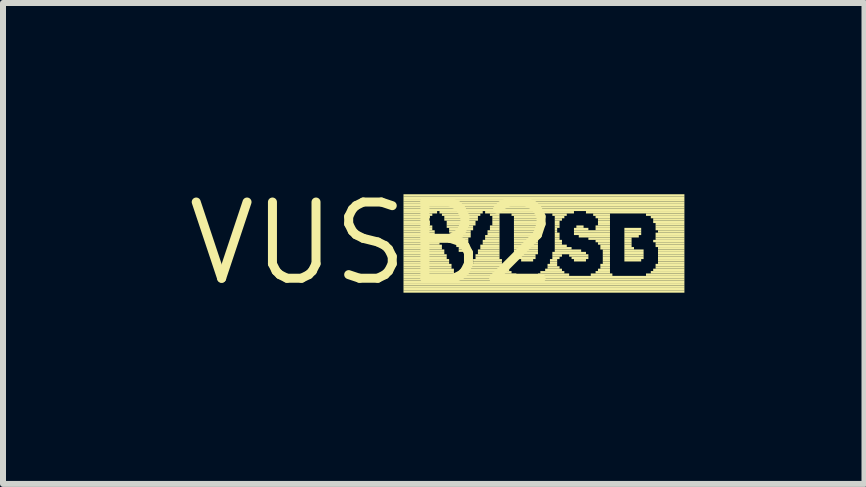
<source format=kicad_pcb>
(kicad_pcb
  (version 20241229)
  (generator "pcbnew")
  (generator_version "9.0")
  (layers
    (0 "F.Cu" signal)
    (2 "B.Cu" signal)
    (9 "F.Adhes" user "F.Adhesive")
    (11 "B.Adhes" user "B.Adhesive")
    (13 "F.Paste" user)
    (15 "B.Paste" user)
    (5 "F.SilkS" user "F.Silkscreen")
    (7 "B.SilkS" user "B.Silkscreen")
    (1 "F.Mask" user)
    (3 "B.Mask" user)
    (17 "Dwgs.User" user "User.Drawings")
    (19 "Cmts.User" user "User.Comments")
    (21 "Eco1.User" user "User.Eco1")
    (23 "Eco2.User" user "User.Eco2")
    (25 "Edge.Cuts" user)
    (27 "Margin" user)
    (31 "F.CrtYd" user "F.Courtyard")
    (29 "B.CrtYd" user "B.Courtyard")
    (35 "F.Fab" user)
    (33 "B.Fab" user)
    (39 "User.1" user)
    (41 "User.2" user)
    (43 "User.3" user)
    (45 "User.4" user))
  (footprint "VUSB2"
    (layer "F.Cu")
    (at 3.152 1.006)
    (property "Reference" "VUSB2" (at 0 0 0) (layer "F.SilkS") (effects (font (size 1.27 1.27) (thickness 0.15))))
    (fp_poly (pts (xy 0.52 -0.78) (xy 5.2 -0.78) (xy 5.2 -0.82) (xy 0.52 -0.82)) (stroke (width 0) (type default)) (fill yes) (layer "F.SilkS"))
    (fp_poly (pts (xy 0.52 -0.74) (xy 5.2 -0.74) (xy 5.2 -0.78) (xy 0.52 -0.78)) (stroke (width 0) (type default)) (fill yes) (layer "F.SilkS"))
    (fp_poly (pts (xy 0.52 -0.7) (xy 5.2 -0.7) (xy 5.2 -0.74) (xy 0.52 -0.74)) (stroke (width 0) (type default)) (fill yes) (layer "F.SilkS"))
    (fp_poly (pts (xy 0.52 -0.66) (xy 5.2 -0.66) (xy 5.2 -0.7) (xy 0.52 -0.7)) (stroke (width 0) (type default)) (fill yes) (layer "F.SilkS"))
    (fp_poly (pts (xy 0.52 -0.62) (xy 5.2 -0.62) (xy 5.2 -0.66) (xy 0.52 -0.66)) (stroke (width 0) (type default)) (fill yes) (layer "F.SilkS"))
    (fp_poly (pts (xy 0.52 -0.58) (xy 5.2 -0.58) (xy 5.2 -0.62) (xy 0.52 -0.62)) (stroke (width 0) (type default)) (fill yes) (layer "F.SilkS"))
    (fp_poly (pts (xy 0.52 -0.54) (xy 5.2 -0.54) (xy 5.2 -0.58) (xy 0.52 -0.58)) (stroke (width 0) (type default)) (fill yes) (layer "F.SilkS"))
    (fp_poly (pts (xy 0.52 -0.5) (xy 1.08 -0.5) (xy 1.08 -0.54) (xy 0.52 -0.54)) (stroke (width 0) (type default)) (fill yes) (layer "F.SilkS"))
    (fp_poly (pts (xy 0.52 -0.46) (xy 1 -0.46) (xy 1 -0.5) (xy 0.52 -0.5)) (stroke (width 0) (type default)) (fill yes) (layer "F.SilkS"))
    (fp_poly (pts (xy 0.52 -0.42) (xy 0.96 -0.42) (xy 0.96 -0.46) (xy 0.52 -0.46)) (stroke (width 0) (type default)) (fill yes) (layer "F.SilkS"))
    (fp_poly (pts (xy 0.52 -0.38) (xy 0.92 -0.38) (xy 0.92 -0.42) (xy 0.52 -0.42)) (stroke (width 0) (type default)) (fill yes) (layer "F.SilkS"))
    (fp_poly (pts (xy 0.52 -0.34) (xy 0.96 -0.34) (xy 0.96 -0.38) (xy 0.52 -0.38)) (stroke (width 0) (type default)) (fill yes) (layer "F.SilkS"))
    (fp_poly (pts (xy 0.52 -0.3) (xy 0.96 -0.3) (xy 0.96 -0.34) (xy 0.52 -0.34)) (stroke (width 0) (type default)) (fill yes) (layer "F.SilkS"))
    (fp_poly (pts (xy 0.52 -0.26) (xy 1 -0.26) (xy 1 -0.3) (xy 0.52 -0.3)) (stroke (width 0) (type default)) (fill yes) (layer "F.SilkS"))
    (fp_poly (pts (xy 0.52 -0.22) (xy 1 -0.22) (xy 1 -0.26) (xy 0.52 -0.26)) (stroke (width 0) (type default)) (fill yes) (layer "F.SilkS"))
    (fp_poly (pts (xy 0.52 -0.18) (xy 1.04 -0.18) (xy 1.04 -0.22) (xy 0.52 -0.22)) (stroke (width 0) (type default)) (fill yes) (layer "F.SilkS"))
    (fp_poly (pts (xy 0.52 -0.14) (xy 1.04 -0.14) (xy 1.04 -0.18) (xy 0.52 -0.18)) (stroke (width 0) (type default)) (fill yes) (layer "F.SilkS"))
    (fp_poly (pts (xy 0.52 -0.1) (xy 1.08 -0.1) (xy 1.08 -0.14) (xy 0.52 -0.14)) (stroke (width 0) (type default)) (fill yes) (layer "F.SilkS"))
    (fp_poly (pts (xy 0.52 -0.06) (xy 1.08 -0.06) (xy 1.08 -0.1) (xy 0.52 -0.1)) (stroke (width 0) (type default)) (fill yes) (layer "F.SilkS"))
    (fp_poly (pts (xy 0.52 -0.02) (xy 1.12 -0.02) (xy 1.12 -0.06) (xy 0.52 -0.06)) (stroke (width 0) (type default)) (fill yes) (layer "F.SilkS"))
    (fp_poly (pts (xy 0.52 0.02) (xy 1.12 0.02) (xy 1.12 -0.02) (xy 0.52 -0.02)) (stroke (width 0) (type default)) (fill yes) (layer "F.SilkS"))
    (fp_poly (pts (xy 0.52 0.06) (xy 1.16 0.06) (xy 1.16 0.02) (xy 0.52 0.02)) (stroke (width 0) (type default)) (fill yes) (layer "F.SilkS"))
    (fp_poly (pts (xy 0.52 0.1) (xy 1.16 0.1) (xy 1.16 0.06) (xy 0.52 0.06)) (stroke (width 0) (type default)) (fill yes) (layer "F.SilkS"))
    (fp_poly (pts (xy 0.52 0.14) (xy 1.2 0.14) (xy 1.2 0.1) (xy 0.52 0.1)) (stroke (width 0) (type default)) (fill yes) (layer "F.SilkS"))
    (fp_poly (pts (xy 0.52 0.18) (xy 1.2 0.18) (xy 1.2 0.14) (xy 0.52 0.14)) (stroke (width 0) (type default)) (fill yes) (layer "F.SilkS"))
    (fp_poly (pts (xy 0.52 0.22) (xy 1.24 0.22) (xy 1.24 0.18) (xy 0.52 0.18)) (stroke (width 0) (type default)) (fill yes) (layer "F.SilkS"))
    (fp_poly (pts (xy 0.52 0.26) (xy 1.24 0.26) (xy 1.24 0.22) (xy 0.52 0.22)) (stroke (width 0) (type default)) (fill yes) (layer "F.SilkS"))
    (fp_poly (pts (xy 0.52 0.3) (xy 1.28 0.3) (xy 1.28 0.26) (xy 0.52 0.26)) (stroke (width 0) (type default)) (fill yes) (layer "F.SilkS"))
    (fp_poly (pts (xy 0.52 0.34) (xy 1.28 0.34) (xy 1.28 0.3) (xy 0.52 0.3)) (stroke (width 0) (type default)) (fill yes) (layer "F.SilkS"))
    (fp_poly (pts (xy 0.52 0.38) (xy 1.32 0.38) (xy 1.32 0.34) (xy 0.52 0.34)) (stroke (width 0) (type default)) (fill yes) (layer "F.SilkS"))
    (fp_poly (pts (xy 0.52 0.42) (xy 1.32 0.42) (xy 1.32 0.38) (xy 0.52 0.38)) (stroke (width 0) (type default)) (fill yes) (layer "F.SilkS"))
    (fp_poly (pts (xy 0.52 0.46) (xy 1.36 0.46) (xy 1.36 0.42) (xy 0.52 0.42)) (stroke (width 0) (type default)) (fill yes) (layer "F.SilkS"))
    (fp_poly (pts (xy 0.52 0.5) (xy 1.36 0.5) (xy 1.36 0.46) (xy 0.52 0.46)) (stroke (width 0) (type default)) (fill yes) (layer "F.SilkS"))
    (fp_poly (pts (xy 0.52 0.54) (xy 1.4 0.54) (xy 1.4 0.5) (xy 0.52 0.5)) (stroke (width 0) (type default)) (fill yes) (layer "F.SilkS"))
    (fp_poly (pts (xy 0.52 0.58) (xy 5.2 0.58) (xy 5.2 0.54) (xy 0.52 0.54)) (stroke (width 0) (type default)) (fill yes) (layer "F.SilkS"))
    (fp_poly (pts (xy 0.52 0.62) (xy 5.2 0.62) (xy 5.2 0.58) (xy 0.52 0.58)) (stroke (width 0) (type default)) (fill yes) (layer "F.SilkS"))
    (fp_poly (pts (xy 0.52 0.66) (xy 5.2 0.66) (xy 5.2 0.62) (xy 0.52 0.62)) (stroke (width 0) (type default)) (fill yes) (layer "F.SilkS"))
    (fp_poly (pts (xy 0.52 0.7) (xy 5.2 0.7) (xy 5.2 0.66) (xy 0.52 0.66)) (stroke (width 0) (type default)) (fill yes) (layer "F.SilkS"))
    (fp_poly (pts (xy 0.52 0.74) (xy 5.2 0.74) (xy 5.2 0.7) (xy 0.52 0.7)) (stroke (width 0) (type default)) (fill yes) (layer "F.SilkS"))
    (fp_poly (pts (xy 0.52 0.78) (xy 5.2 0.78) (xy 5.2 0.74) (xy 0.52 0.74)) (stroke (width 0) (type default)) (fill yes) (layer "F.SilkS"))
    (fp_poly (pts (xy 0.52 0.82) (xy 5.2 0.82) (xy 5.2 0.78) (xy 0.52 0.78)) (stroke (width 0) (type default)) (fill yes) (layer "F.SilkS"))
    (fp_poly (pts (xy 1.12 -0.5) (xy 1.84 -0.5) (xy 1.84 -0.54) (xy 1.12 -0.54)) (stroke (width 0) (type default)) (fill yes) (layer "F.SilkS"))
    (fp_poly (pts (xy 1.16 -0.46) (xy 1.8 -0.46) (xy 1.8 -0.5) (xy 1.16 -0.5)) (stroke (width 0) (type default)) (fill yes) (layer "F.SilkS"))
    (fp_poly (pts (xy 1.2 -0.42) (xy 1.76 -0.42) (xy 1.76 -0.46) (xy 1.2 -0.46)) (stroke (width 0) (type default)) (fill yes) (layer "F.SilkS"))
    (fp_poly (pts (xy 1.2 -0.38) (xy 1.76 -0.38) (xy 1.76 -0.42) (xy 1.2 -0.42)) (stroke (width 0) (type default)) (fill yes) (layer "F.SilkS"))
    (fp_poly (pts (xy 1.24 -0.34) (xy 1.72 -0.34) (xy 1.72 -0.38) (xy 1.24 -0.38)) (stroke (width 0) (type default)) (fill yes) (layer "F.SilkS"))
    (fp_poly (pts (xy 1.24 -0.3) (xy 1.72 -0.3) (xy 1.72 -0.34) (xy 1.24 -0.34)) (stroke (width 0) (type default)) (fill yes) (layer "F.SilkS"))
    (fp_poly (pts (xy 1.24 -0.26) (xy 1.68 -0.26) (xy 1.68 -0.3) (xy 1.24 -0.3)) (stroke (width 0) (type default)) (fill yes) (layer "F.SilkS"))
    (fp_poly (pts (xy 1.28 -0.22) (xy 1.68 -0.22) (xy 1.68 -0.26) (xy 1.28 -0.26)) (stroke (width 0) (type default)) (fill yes) (layer "F.SilkS"))
    (fp_poly (pts (xy 1.28 -0.18) (xy 1.64 -0.18) (xy 1.64 -0.22) (xy 1.28 -0.22)) (stroke (width 0) (type default)) (fill yes) (layer "F.SilkS"))
    (fp_poly (pts (xy 1.32 -0.14) (xy 1.64 -0.14) (xy 1.64 -0.18) (xy 1.32 -0.18)) (stroke (width 0) (type default)) (fill yes) (layer "F.SilkS"))
    (fp_poly (pts (xy 1.32 -0.1) (xy 1.64 -0.1) (xy 1.64 -0.14) (xy 1.32 -0.14)) (stroke (width 0) (type default)) (fill yes) (layer "F.SilkS"))
    (fp_poly (pts (xy 1.36 -0.06) (xy 1.6 -0.06) (xy 1.6 -0.1) (xy 1.36 -0.1)) (stroke (width 0) (type default)) (fill yes) (layer "F.SilkS"))
    (fp_poly (pts (xy 1.36 -0.02) (xy 1.6 -0.02) (xy 1.6 -0.06) (xy 1.36 -0.06)) (stroke (width 0) (type default)) (fill yes) (layer "F.SilkS"))
    (fp_poly (pts (xy 1.4 0.02) (xy 1.56 0.02) (xy 1.56 -0.02) (xy 1.4 -0.02)) (stroke (width 0) (type default)) (fill yes) (layer "F.SilkS"))
    (fp_poly (pts (xy 1.4 0.06) (xy 1.56 0.06) (xy 1.56 0.02) (xy 1.4 0.02)) (stroke (width 0) (type default)) (fill yes) (layer "F.SilkS"))
    (fp_poly (pts (xy 1.44 0.1) (xy 1.52 0.1) (xy 1.52 0.06) (xy 1.44 0.06)) (stroke (width 0) (type default)) (fill yes) (layer "F.SilkS"))
    (fp_poly (pts (xy 1.44 0.14) (xy 1.52 0.14) (xy 1.52 0.1) (xy 1.44 0.1)) (stroke (width 0) (type default)) (fill yes) (layer "F.SilkS"))
    (fp_poly (pts (xy 1.56 0.54) (xy 2.4 0.54) (xy 2.4 0.5) (xy 1.56 0.5)) (stroke (width 0) (type default)) (fill yes) (layer "F.SilkS"))
    (fp_poly (pts (xy 1.6 0.46) (xy 2.28 0.46) (xy 2.28 0.42) (xy 1.6 0.42)) (stroke (width 0) (type default)) (fill yes) (layer "F.SilkS"))
    (fp_poly (pts (xy 1.6 0.5) (xy 2.32 0.5) (xy 2.32 0.46) (xy 1.6 0.46)) (stroke (width 0) (type default)) (fill yes) (layer "F.SilkS"))
    (fp_poly (pts (xy 1.64 0.38) (xy 2.2 0.38) (xy 2.2 0.34) (xy 1.64 0.34)) (stroke (width 0) (type default)) (fill yes) (layer "F.SilkS"))
    (fp_poly (pts (xy 1.64 0.42) (xy 2.24 0.42) (xy 2.24 0.38) (xy 1.64 0.38)) (stroke (width 0) (type default)) (fill yes) (layer "F.SilkS"))
    (fp_poly (pts (xy 1.68 0.3) (xy 2.16 0.3) (xy 2.16 0.26) (xy 1.68 0.26)) (stroke (width 0) (type default)) (fill yes) (layer "F.SilkS"))
    (fp_poly (pts (xy 1.68 0.34) (xy 2.16 0.34) (xy 2.16 0.3) (xy 1.68 0.3)) (stroke (width 0) (type default)) (fill yes) (layer "F.SilkS"))
    (fp_poly (pts (xy 1.72 0.22) (xy 2.12 0.22) (xy 2.12 0.18) (xy 1.72 0.18)) (stroke (width 0) (type default)) (fill yes) (layer "F.SilkS"))
    (fp_poly (pts (xy 1.72 0.26) (xy 2.12 0.26) (xy 2.12 0.22) (xy 1.72 0.22)) (stroke (width 0) (type default)) (fill yes) (layer "F.SilkS"))
    (fp_poly (pts (xy 1.76 0.14) (xy 2.12 0.14) (xy 2.12 0.1) (xy 1.76 0.1)) (stroke (width 0) (type default)) (fill yes) (layer "F.SilkS"))
    (fp_poly (pts (xy 1.76 0.18) (xy 2.12 0.18) (xy 2.12 0.14) (xy 1.76 0.14)) (stroke (width 0) (type default)) (fill yes) (layer "F.SilkS"))
    (fp_poly (pts (xy 1.8 0.06) (xy 2.12 0.06) (xy 2.12 0.02) (xy 1.8 0.02)) (stroke (width 0) (type default)) (fill yes) (layer "F.SilkS"))
    (fp_poly (pts (xy 1.8 0.1) (xy 2.12 0.1) (xy 2.12 0.06) (xy 1.8 0.06)) (stroke (width 0) (type default)) (fill yes) (layer "F.SilkS"))
    (fp_poly (pts (xy 1.84 -0.02) (xy 2.12 -0.02) (xy 2.12 -0.06) (xy 1.84 -0.06)) (stroke (width 0) (type default)) (fill yes) (layer "F.SilkS"))
    (fp_poly (pts (xy 1.84 0.02) (xy 2.12 0.02) (xy 2.12 -0.02) (xy 1.84 -0.02)) (stroke (width 0) (type default)) (fill yes) (layer "F.SilkS"))
    (fp_poly (pts (xy 1.88 -0.5) (xy 3.36 -0.5) (xy 3.36 -0.54) (xy 1.88 -0.54)) (stroke (width 0) (type default)) (fill yes) (layer "F.SilkS"))
    (fp_poly (pts (xy 1.88 -0.1) (xy 2.12 -0.1) (xy 2.12 -0.14) (xy 1.88 -0.14)) (stroke (width 0) (type default)) (fill yes) (layer "F.SilkS"))
    (fp_poly (pts (xy 1.88 -0.06) (xy 2.12 -0.06) (xy 2.12 -0.1) (xy 1.88 -0.1)) (stroke (width 0) (type default)) (fill yes) (layer "F.SilkS"))
    (fp_poly (pts (xy 1.92 -0.18) (xy 2.12 -0.18) (xy 2.12 -0.22) (xy 1.92 -0.22)) (stroke (width 0) (type default)) (fill yes) (layer "F.SilkS"))
    (fp_poly (pts (xy 1.92 -0.14) (xy 2.12 -0.14) (xy 2.12 -0.18) (xy 1.92 -0.18)) (stroke (width 0) (type default)) (fill yes) (layer "F.SilkS"))
    (fp_poly (pts (xy 1.96 -0.46) (xy 2.12 -0.46) (xy 2.12 -0.5) (xy 1.96 -0.5)) (stroke (width 0) (type default)) (fill yes) (layer "F.SilkS"))
    (fp_poly (pts (xy 1.96 -0.26) (xy 2.12 -0.26) (xy 2.12 -0.3) (xy 1.96 -0.3)) (stroke (width 0) (type default)) (fill yes) (layer "F.SilkS"))
    (fp_poly (pts (xy 1.96 -0.22) (xy 2.12 -0.22) (xy 2.12 -0.26) (xy 1.96 -0.26)) (stroke (width 0) (type default)) (fill yes) (layer "F.SilkS"))
    (fp_poly (pts (xy 2 -0.42) (xy 2.12 -0.42) (xy 2.12 -0.46) (xy 2 -0.46)) (stroke (width 0) (type default)) (fill yes) (layer "F.SilkS"))
    (fp_poly (pts (xy 2 -0.38) (xy 2.12 -0.38) (xy 2.12 -0.42) (xy 2 -0.42)) (stroke (width 0) (type default)) (fill yes) (layer "F.SilkS"))
    (fp_poly (pts (xy 2 -0.34) (xy 2.12 -0.34) (xy 2.12 -0.38) (xy 2 -0.38)) (stroke (width 0) (type default)) (fill yes) (layer "F.SilkS"))
    (fp_poly (pts (xy 2 -0.3) (xy 2.12 -0.3) (xy 2.12 -0.34) (xy 2 -0.34)) (stroke (width 0) (type default)) (fill yes) (layer "F.SilkS"))
    (fp_poly (pts (xy 2.32 -0.46) (xy 2.8 -0.46) (xy 2.8 -0.5) (xy 2.32 -0.5)) (stroke (width 0) (type default)) (fill yes) (layer "F.SilkS"))
    (fp_poly (pts (xy 2.36 -0.42) (xy 2.76 -0.42) (xy 2.76 -0.46) (xy 2.36 -0.46)) (stroke (width 0) (type default)) (fill yes) (layer "F.SilkS"))
    (fp_poly (pts (xy 2.36 -0.38) (xy 2.76 -0.38) (xy 2.76 -0.42) (xy 2.36 -0.42)) (stroke (width 0) (type default)) (fill yes) (layer "F.SilkS"))
    (fp_poly (pts (xy 2.36 -0.34) (xy 2.76 -0.34) (xy 2.76 -0.38) (xy 2.36 -0.38)) (stroke (width 0) (type default)) (fill yes) (layer "F.SilkS"))
    (fp_poly (pts (xy 2.36 -0.3) (xy 2.76 -0.3) (xy 2.76 -0.34) (xy 2.36 -0.34)) (stroke (width 0) (type default)) (fill yes) (layer "F.SilkS"))
    (fp_poly (pts (xy 2.36 -0.26) (xy 2.76 -0.26) (xy 2.76 -0.3) (xy 2.36 -0.3)) (stroke (width 0) (type default)) (fill yes) (layer "F.SilkS"))
    (fp_poly (pts (xy 2.36 -0.22) (xy 2.76 -0.22) (xy 2.76 -0.26) (xy 2.36 -0.26)) (stroke (width 0) (type default)) (fill yes) (layer "F.SilkS"))
    (fp_poly (pts (xy 2.36 -0.18) (xy 2.76 -0.18) (xy 2.76 -0.22) (xy 2.36 -0.22)) (stroke (width 0) (type default)) (fill yes) (layer "F.SilkS"))
    (fp_poly (pts (xy 2.36 -0.14) (xy 2.76 -0.14) (xy 2.76 -0.18) (xy 2.36 -0.18)) (stroke (width 0) (type default)) (fill yes) (layer "F.SilkS"))
    (fp_poly (pts (xy 2.36 -0.1) (xy 2.76 -0.1) (xy 2.76 -0.14) (xy 2.36 -0.14)) (stroke (width 0) (type default)) (fill yes) (layer "F.SilkS"))
    (fp_poly (pts (xy 2.36 -0.06) (xy 2.76 -0.06) (xy 2.76 -0.1) (xy 2.36 -0.1)) (stroke (width 0) (type default)) (fill yes) (layer "F.SilkS"))
    (fp_poly (pts (xy 2.36 -0.02) (xy 2.76 -0.02) (xy 2.76 -0.06) (xy 2.36 -0.06)) (stroke (width 0) (type default)) (fill yes) (layer "F.SilkS"))
    (fp_poly (pts (xy 2.36 0.02) (xy 2.76 0.02) (xy 2.76 -0.02) (xy 2.36 -0.02)) (stroke (width 0) (type default)) (fill yes) (layer "F.SilkS"))
    (fp_poly (pts (xy 2.36 0.06) (xy 2.76 0.06) (xy 2.76 0.02) (xy 2.36 0.02)) (stroke (width 0) (type default)) (fill yes) (layer "F.SilkS"))
    (fp_poly (pts (xy 2.36 0.1) (xy 2.76 0.1) (xy 2.76 0.06) (xy 2.36 0.06)) (stroke (width 0) (type default)) (fill yes) (layer "F.SilkS"))
    (fp_poly (pts (xy 2.36 0.14) (xy 2.76 0.14) (xy 2.76 0.1) (xy 2.36 0.1)) (stroke (width 0) (type default)) (fill yes) (layer "F.SilkS"))
    (fp_poly (pts (xy 2.36 0.18) (xy 2.76 0.18) (xy 2.76 0.14) (xy 2.36 0.14)) (stroke (width 0) (type default)) (fill yes) (layer "F.SilkS"))
    (fp_poly (pts (xy 2.4 0.22) (xy 2.72 0.22) (xy 2.72 0.18) (xy 2.4 0.18)) (stroke (width 0) (type default)) (fill yes) (layer "F.SilkS"))
    (fp_poly (pts (xy 2.4 0.26) (xy 2.72 0.26) (xy 2.72 0.22) (xy 2.4 0.22)) (stroke (width 0) (type default)) (fill yes) (layer "F.SilkS"))
    (fp_poly (pts (xy 2.48 0.3) (xy 2.68 0.3) (xy 2.68 0.26) (xy 2.48 0.26)) (stroke (width 0) (type default)) (fill yes) (layer "F.SilkS"))
    (fp_poly (pts (xy 2.76 0.54) (xy 3.28 0.54) (xy 3.28 0.5) (xy 2.76 0.5)) (stroke (width 0) (type default)) (fill yes) (layer "F.SilkS"))
    (fp_poly (pts (xy 2.8 0.5) (xy 3.2 0.5) (xy 3.2 0.46) (xy 2.8 0.46)) (stroke (width 0) (type default)) (fill yes) (layer "F.SilkS"))
    (fp_poly (pts (xy 2.88 0.46) (xy 3.16 0.46) (xy 3.16 0.42) (xy 2.88 0.42)) (stroke (width 0) (type default)) (fill yes) (layer "F.SilkS"))
    (fp_poly (pts (xy 2.92 0.38) (xy 3.08 0.38) (xy 3.08 0.34) (xy 2.92 0.34)) (stroke (width 0) (type default)) (fill yes) (layer "F.SilkS"))
    (fp_poly (pts (xy 2.92 0.42) (xy 3.12 0.42) (xy 3.12 0.38) (xy 2.92 0.38)) (stroke (width 0) (type default)) (fill yes) (layer "F.SilkS"))
    (fp_poly (pts (xy 2.96 0.3) (xy 3.08 0.3) (xy 3.08 0.26) (xy 2.96 0.26)) (stroke (width 0) (type default)) (fill yes) (layer "F.SilkS"))
    (fp_poly (pts (xy 2.96 0.34) (xy 3.08 0.34) (xy 3.08 0.3) (xy 2.96 0.3)) (stroke (width 0) (type default)) (fill yes) (layer "F.SilkS"))
    (fp_poly (pts (xy 3 -0.46) (xy 3.24 -0.46) (xy 3.24 -0.5) (xy 3 -0.5)) (stroke (width 0) (type default)) (fill yes) (layer "F.SilkS"))
    (fp_poly (pts (xy 3 0.18) (xy 3.56 0.18) (xy 3.56 0.14) (xy 3 0.14)) (stroke (width 0) (type default)) (fill yes) (layer "F.SilkS"))
    (fp_poly (pts (xy 3 0.22) (xy 3.16 0.22) (xy 3.16 0.18) (xy 3 0.18)) (stroke (width 0) (type default)) (fill yes) (layer "F.SilkS"))
    (fp_poly (pts (xy 3 0.26) (xy 3.12 0.26) (xy 3.12 0.22) (xy 3 0.22)) (stroke (width 0) (type default)) (fill yes) (layer "F.SilkS"))
    (fp_poly (pts (xy 3.04 -0.42) (xy 3.2 -0.42) (xy 3.2 -0.46) (xy 3.04 -0.46)) (stroke (width 0) (type default)) (fill yes) (layer "F.SilkS"))
    (fp_poly (pts (xy 3.04 -0.38) (xy 3.16 -0.38) (xy 3.16 -0.42) (xy 3.04 -0.42)) (stroke (width 0) (type default)) (fill yes) (layer "F.SilkS"))
    (fp_poly (pts (xy 3.04 -0.34) (xy 3.12 -0.34) (xy 3.12 -0.38) (xy 3.04 -0.38)) (stroke (width 0) (type default)) (fill yes) (layer "F.SilkS"))
    (fp_poly (pts (xy 3.04 -0.3) (xy 3.12 -0.3) (xy 3.12 -0.34) (xy 3.04 -0.34)) (stroke (width 0) (type default)) (fill yes) (layer "F.SilkS"))
    (fp_poly (pts (xy 3.04 -0.26) (xy 3.12 -0.26) (xy 3.12 -0.3) (xy 3.04 -0.3)) (stroke (width 0) (type default)) (fill yes) (layer "F.SilkS"))
    (fp_poly (pts (xy 3.04 -0.22) (xy 3.08 -0.22) (xy 3.08 -0.26) (xy 3.04 -0.26)) (stroke (width 0) (type default)) (fill yes) (layer "F.SilkS"))
    (fp_poly (pts (xy 3.04 -0.18) (xy 3.08 -0.18) (xy 3.08 -0.22) (xy 3.04 -0.22)) (stroke (width 0) (type default)) (fill yes) (layer "F.SilkS"))
    (fp_poly (pts (xy 3.04 -0.14) (xy 3.12 -0.14) (xy 3.12 -0.18) (xy 3.04 -0.18)) (stroke (width 0) (type default)) (fill yes) (layer "F.SilkS"))
    (fp_poly (pts (xy 3.04 -0.1) (xy 3.12 -0.1) (xy 3.12 -0.14) (xy 3.04 -0.14)) (stroke (width 0) (type default)) (fill yes) (layer "F.SilkS"))
    (fp_poly (pts (xy 3.04 -0.06) (xy 3.12 -0.06) (xy 3.12 -0.1) (xy 3.04 -0.1)) (stroke (width 0) (type default)) (fill yes) (layer "F.SilkS"))
    (fp_poly (pts (xy 3.04 -0.02) (xy 3.16 -0.02) (xy 3.16 -0.06) (xy 3.04 -0.06)) (stroke (width 0) (type default)) (fill yes) (layer "F.SilkS"))
    (fp_poly (pts (xy 3.04 0.02) (xy 3.16 0.02) (xy 3.16 -0.02) (xy 3.04 -0.02)) (stroke (width 0) (type default)) (fill yes) (layer "F.SilkS"))
    (fp_poly (pts (xy 3.04 0.06) (xy 3.24 0.06) (xy 3.24 0.02) (xy 3.04 0.02)) (stroke (width 0) (type default)) (fill yes) (layer "F.SilkS"))
    (fp_poly (pts (xy 3.04 0.1) (xy 3.32 0.1) (xy 3.32 0.06) (xy 3.04 0.06)) (stroke (width 0) (type default)) (fill yes) (layer "F.SilkS"))
    (fp_poly (pts (xy 3.04 0.14) (xy 3.48 0.14) (xy 3.48 0.1) (xy 3.04 0.1)) (stroke (width 0) (type default)) (fill yes) (layer "F.SilkS"))
    (fp_poly (pts (xy 3.28 0.22) (xy 3.6 0.22) (xy 3.6 0.18) (xy 3.28 0.18)) (stroke (width 0) (type default)) (fill yes) (layer "F.SilkS"))
    (fp_poly (pts (xy 3.32 0.26) (xy 3.6 0.26) (xy 3.6 0.22) (xy 3.32 0.22)) (stroke (width 0) (type default)) (fill yes) (layer "F.SilkS"))
    (fp_poly (pts (xy 3.36 -0.22) (xy 3.6 -0.22) (xy 3.6 -0.26) (xy 3.36 -0.26)) (stroke (width 0) (type default)) (fill yes) (layer "F.SilkS"))
    (fp_poly (pts (xy 3.36 -0.18) (xy 3.96 -0.18) (xy 3.96 -0.22) (xy 3.36 -0.22)) (stroke (width 0) (type default)) (fill yes) (layer "F.SilkS"))
    (fp_poly (pts (xy 3.36 -0.14) (xy 3.96 -0.14) (xy 3.96 -0.18) (xy 3.36 -0.18)) (stroke (width 0) (type default)) (fill yes) (layer "F.SilkS"))
    (fp_poly (pts (xy 3.36 0.3) (xy 3.56 0.3) (xy 3.56 0.26) (xy 3.36 0.26)) (stroke (width 0) (type default)) (fill yes) (layer "F.SilkS"))
    (fp_poly (pts (xy 3.4 -0.26) (xy 3.52 -0.26) (xy 3.52 -0.3) (xy 3.4 -0.3)) (stroke (width 0) (type default)) (fill yes) (layer "F.SilkS"))
    (fp_poly (pts (xy 3.44 -0.1) (xy 3.96 -0.1) (xy 3.96 -0.14) (xy 3.44 -0.14)) (stroke (width 0) (type default)) (fill yes) (layer "F.SilkS"))
    (fp_poly (pts (xy 3.56 -0.5) (xy 5.2 -0.5) (xy 5.2 -0.54) (xy 3.56 -0.54)) (stroke (width 0) (type default)) (fill yes) (layer "F.SilkS"))
    (fp_poly (pts (xy 3.6 -0.06) (xy 3.96 -0.06) (xy 3.96 -0.1) (xy 3.6 -0.1)) (stroke (width 0) (type default)) (fill yes) (layer "F.SilkS"))
    (fp_poly (pts (xy 3.64 0.54) (xy 4 0.54) (xy 4 0.5) (xy 3.64 0.5)) (stroke (width 0) (type default)) (fill yes) (layer "F.SilkS"))
    (fp_poly (pts (xy 3.68 -0.46) (xy 3.96 -0.46) (xy 3.96 -0.5) (xy 3.68 -0.5)) (stroke (width 0) (type default)) (fill yes) (layer "F.SilkS"))
    (fp_poly (pts (xy 3.72 -0.42) (xy 3.96 -0.42) (xy 3.96 -0.46) (xy 3.72 -0.46)) (stroke (width 0) (type default)) (fill yes) (layer "F.SilkS"))
    (fp_poly (pts (xy 3.72 -0.26) (xy 3.96 -0.26) (xy 3.96 -0.3) (xy 3.72 -0.3)) (stroke (width 0) (type default)) (fill yes) (layer "F.SilkS"))
    (fp_poly (pts (xy 3.72 -0.22) (xy 3.96 -0.22) (xy 3.96 -0.26) (xy 3.72 -0.26)) (stroke (width 0) (type default)) (fill yes) (layer "F.SilkS"))
    (fp_poly (pts (xy 3.72 -0.02) (xy 3.96 -0.02) (xy 3.96 -0.06) (xy 3.72 -0.06)) (stroke (width 0) (type default)) (fill yes) (layer "F.SilkS"))
    (fp_poly (pts (xy 3.72 0.5) (xy 3.96 0.5) (xy 3.96 0.46) (xy 3.72 0.46)) (stroke (width 0) (type default)) (fill yes) (layer "F.SilkS"))
    (fp_poly (pts (xy 3.76 -0.38) (xy 3.96 -0.38) (xy 3.96 -0.42) (xy 3.76 -0.42)) (stroke (width 0) (type default)) (fill yes) (layer "F.SilkS"))
    (fp_poly (pts (xy 3.76 -0.34) (xy 3.96 -0.34) (xy 3.96 -0.38) (xy 3.76 -0.38)) (stroke (width 0) (type default)) (fill yes) (layer "F.SilkS"))
    (fp_poly (pts (xy 3.76 -0.3) (xy 3.96 -0.3) (xy 3.96 -0.34) (xy 3.76 -0.34)) (stroke (width 0) (type default)) (fill yes) (layer "F.SilkS"))
    (fp_poly (pts (xy 3.76 0.02) (xy 3.96 0.02) (xy 3.96 -0.02) (xy 3.76 -0.02)) (stroke (width 0) (type default)) (fill yes) (layer "F.SilkS"))
    (fp_poly (pts (xy 3.76 0.46) (xy 3.96 0.46) (xy 3.96 0.42) (xy 3.76 0.42)) (stroke (width 0) (type default)) (fill yes) (layer "F.SilkS"))
    (fp_poly (pts (xy 3.8 0.06) (xy 3.96 0.06) (xy 3.96 0.02) (xy 3.8 0.02)) (stroke (width 0) (type default)) (fill yes) (layer "F.SilkS"))
    (fp_poly (pts (xy 3.8 0.1) (xy 3.96 0.1) (xy 3.96 0.06) (xy 3.8 0.06)) (stroke (width 0) (type default)) (fill yes) (layer "F.SilkS"))
    (fp_poly (pts (xy 3.8 0.38) (xy 3.96 0.38) (xy 3.96 0.34) (xy 3.8 0.34)) (stroke (width 0) (type default)) (fill yes) (layer "F.SilkS"))
    (fp_poly (pts (xy 3.8 0.42) (xy 3.96 0.42) (xy 3.96 0.38) (xy 3.8 0.38)) (stroke (width 0) (type default)) (fill yes) (layer "F.SilkS"))
    (fp_poly (pts (xy 3.84 0.14) (xy 3.96 0.14) (xy 3.96 0.1) (xy 3.84 0.1)) (stroke (width 0) (type default)) (fill yes) (layer "F.SilkS"))
    (fp_poly (pts (xy 3.84 0.18) (xy 3.96 0.18) (xy 3.96 0.14) (xy 3.84 0.14)) (stroke (width 0) (type default)) (fill yes) (layer "F.SilkS"))
    (fp_poly (pts (xy 3.84 0.22) (xy 3.96 0.22) (xy 3.96 0.18) (xy 3.84 0.18)) (stroke (width 0) (type default)) (fill yes) (layer "F.SilkS"))
    (fp_poly (pts (xy 3.84 0.26) (xy 3.96 0.26) (xy 3.96 0.22) (xy 3.84 0.22)) (stroke (width 0) (type default)) (fill yes) (layer "F.SilkS"))
    (fp_poly (pts (xy 3.84 0.3) (xy 3.96 0.3) (xy 3.96 0.26) (xy 3.84 0.26)) (stroke (width 0) (type default)) (fill yes) (layer "F.SilkS"))
    (fp_poly (pts (xy 3.84 0.34) (xy 3.96 0.34) (xy 3.96 0.3) (xy 3.84 0.3)) (stroke (width 0) (type default)) (fill yes) (layer "F.SilkS"))
    (fp_poly (pts (xy 4.2 -0.22) (xy 4.48 -0.22) (xy 4.48 -0.26) (xy 4.2 -0.26)) (stroke (width 0) (type default)) (fill yes) (layer "F.SilkS"))
    (fp_poly (pts (xy 4.2 -0.18) (xy 4.48 -0.18) (xy 4.48 -0.22) (xy 4.2 -0.22)) (stroke (width 0) (type default)) (fill yes) (layer "F.SilkS"))
    (fp_poly (pts (xy 4.2 -0.14) (xy 4.48 -0.14) (xy 4.48 -0.18) (xy 4.2 -0.18)) (stroke (width 0) (type default)) (fill yes) (layer "F.SilkS"))
    (fp_poly (pts (xy 4.2 -0.1) (xy 4.44 -0.1) (xy 4.44 -0.14) (xy 4.2 -0.14)) (stroke (width 0) (type default)) (fill yes) (layer "F.SilkS"))
    (fp_poly (pts (xy 4.2 -0.06) (xy 4.32 -0.06) (xy 4.32 -0.1) (xy 4.2 -0.1)) (stroke (width 0) (type default)) (fill yes) (layer "F.SilkS"))
    (fp_poly (pts (xy 4.2 -0.02) (xy 4.32 -0.02) (xy 4.32 -0.06) (xy 4.2 -0.06)) (stroke (width 0) (type default)) (fill yes) (layer "F.SilkS"))
    (fp_poly (pts (xy 4.2 0.02) (xy 4.32 0.02) (xy 4.32 -0.02) (xy 4.2 -0.02)) (stroke (width 0) (type default)) (fill yes) (layer "F.SilkS"))
    (fp_poly (pts (xy 4.2 0.06) (xy 4.32 0.06) (xy 4.32 0.02) (xy 4.2 0.02)) (stroke (width 0) (type default)) (fill yes) (layer "F.SilkS"))
    (fp_poly (pts (xy 4.2 0.1) (xy 4.36 0.1) (xy 4.36 0.06) (xy 4.2 0.06)) (stroke (width 0) (type default)) (fill yes) (layer "F.SilkS"))
    (fp_poly (pts (xy 4.2 0.14) (xy 4.52 0.14) (xy 4.52 0.1) (xy 4.2 0.1)) (stroke (width 0) (type default)) (fill yes) (layer "F.SilkS"))
    (fp_poly (pts (xy 4.2 0.18) (xy 4.52 0.18) (xy 4.52 0.14) (xy 4.2 0.14)) (stroke (width 0) (type default)) (fill yes) (layer "F.SilkS"))
    (fp_poly (pts (xy 4.2 0.22) (xy 4.52 0.22) (xy 4.52 0.18) (xy 4.2 0.18)) (stroke (width 0) (type default)) (fill yes) (layer "F.SilkS"))
    (fp_poly (pts (xy 4.2 0.26) (xy 4.52 0.26) (xy 4.52 0.22) (xy 4.2 0.22)) (stroke (width 0) (type default)) (fill yes) (layer "F.SilkS"))
    (fp_poly (pts (xy 4.2 0.3) (xy 4.48 0.3) (xy 4.48 0.26) (xy 4.2 0.26)) (stroke (width 0) (type default)) (fill yes) (layer "F.SilkS"))
    (fp_poly (pts (xy 4.56 -0.46) (xy 5.2 -0.46) (xy 5.2 -0.5) (xy 4.56 -0.5)) (stroke (width 0) (type default)) (fill yes) (layer "F.SilkS"))
    (fp_poly (pts (xy 4.56 0.54) (xy 5.2 0.54) (xy 5.2 0.5) (xy 4.56 0.5)) (stroke (width 0) (type default)) (fill yes) (layer "F.SilkS"))
    (fp_poly (pts (xy 4.64 -0.42) (xy 5.2 -0.42) (xy 5.2 -0.46) (xy 4.64 -0.46)) (stroke (width 0) (type default)) (fill yes) (layer "F.SilkS"))
    (fp_poly (pts (xy 4.64 0.5) (xy 5.2 0.5) (xy 5.2 0.46) (xy 4.64 0.46)) (stroke (width 0) (type default)) (fill yes) (layer "F.SilkS"))
    (fp_poly (pts (xy 4.68 -0.38) (xy 5.2 -0.38) (xy 5.2 -0.42) (xy 4.68 -0.42)) (stroke (width 0) (type default)) (fill yes) (layer "F.SilkS"))
    (fp_poly (pts (xy 4.68 -0.34) (xy 5.2 -0.34) (xy 5.2 -0.38) (xy 4.68 -0.38)) (stroke (width 0) (type default)) (fill yes) (layer "F.SilkS"))
    (fp_poly (pts (xy 4.68 -0.02) (xy 5.2 -0.02) (xy 5.2 -0.06) (xy 4.68 -0.06)) (stroke (width 0) (type default)) (fill yes) (layer "F.SilkS"))
    (fp_poly (pts (xy 4.68 0.46) (xy 5.2 0.46) (xy 5.2 0.42) (xy 4.68 0.42)) (stroke (width 0) (type default)) (fill yes) (layer "F.SilkS"))
    (fp_poly (pts (xy 4.72 -0.3) (xy 5.2 -0.3) (xy 5.2 -0.34) (xy 4.72 -0.34)) (stroke (width 0) (type default)) (fill yes) (layer "F.SilkS"))
    (fp_poly (pts (xy 4.72 -0.26) (xy 5.2 -0.26) (xy 5.2 -0.3) (xy 4.72 -0.3)) (stroke (width 0) (type default)) (fill yes) (layer "F.SilkS"))
    (fp_poly (pts (xy 4.72 -0.22) (xy 5.2 -0.22) (xy 5.2 -0.26) (xy 4.72 -0.26)) (stroke (width 0) (type default)) (fill yes) (layer "F.SilkS"))
    (fp_poly (pts (xy 4.72 -0.14) (xy 5.2 -0.14) (xy 5.2 -0.18) (xy 4.72 -0.18)) (stroke (width 0) (type default)) (fill yes) (layer "F.SilkS"))
    (fp_poly (pts (xy 4.72 -0.1) (xy 5.2 -0.1) (xy 5.2 -0.14) (xy 4.72 -0.14)) (stroke (width 0) (type default)) (fill yes) (layer "F.SilkS"))
    (fp_poly (pts (xy 4.72 -0.06) (xy 5.2 -0.06) (xy 5.2 -0.1) (xy 4.72 -0.1)) (stroke (width 0) (type default)) (fill yes) (layer "F.SilkS"))
    (fp_poly (pts (xy 4.72 0.02) (xy 5.2 0.02) (xy 5.2 -0.02) (xy 4.72 -0.02)) (stroke (width 0) (type default)) (fill yes) (layer "F.SilkS"))
    (fp_poly (pts (xy 4.72 0.06) (xy 5.2 0.06) (xy 5.2 0.02) (xy 4.72 0.02)) (stroke (width 0) (type default)) (fill yes) (layer "F.SilkS"))
    (fp_poly (pts (xy 4.72 0.38) (xy 5.2 0.38) (xy 5.2 0.34) (xy 4.72 0.34)) (stroke (width 0) (type default)) (fill yes) (layer "F.SilkS"))
    (fp_poly (pts (xy 4.72 0.42) (xy 5.2 0.42) (xy 5.2 0.38) (xy 4.72 0.38)) (stroke (width 0) (type default)) (fill yes) (layer "F.SilkS"))
    (fp_poly (pts (xy 4.76 -0.18) (xy 5.2 -0.18) (xy 5.2 -0.22) (xy 4.76 -0.22)) (stroke (width 0) (type default)) (fill yes) (layer "F.SilkS"))
    (fp_poly (pts (xy 4.76 0.1) (xy 5.2 0.1) (xy 5.2 0.06) (xy 4.76 0.06)) (stroke (width 0) (type default)) (fill yes) (layer "F.SilkS"))
    (fp_poly (pts (xy 4.76 0.14) (xy 5.2 0.14) (xy 5.2 0.1) (xy 4.76 0.1)) (stroke (width 0) (type default)) (fill yes) (layer "F.SilkS"))
    (fp_poly (pts (xy 4.76 0.18) (xy 5.2 0.18) (xy 5.2 0.14) (xy 4.76 0.14)) (stroke (width 0) (type default)) (fill yes) (layer "F.SilkS"))
    (fp_poly (pts (xy 4.76 0.22) (xy 5.2 0.22) (xy 5.2 0.18) (xy 4.76 0.18)) (stroke (width 0) (type default)) (fill yes) (layer "F.SilkS"))
    (fp_poly (pts (xy 4.76 0.26) (xy 5.2 0.26) (xy 5.2 0.22) (xy 4.76 0.22)) (stroke (width 0) (type default)) (fill yes) (layer "F.SilkS"))
    (fp_poly (pts (xy 4.76 0.3) (xy 5.2 0.3) (xy 5.2 0.26) (xy 4.76 0.26)) (stroke (width 0) (type default)) (fill yes) (layer "F.SilkS"))
    (fp_poly (pts (xy 4.76 0.34) (xy 5.2 0.34) (xy 5.2 0.3) (xy 4.76 0.3)) (stroke (width 0) (type default)) (fill yes) (layer "F.SilkS")))
  (gr_rect
    (start -3 -3)
    (end 11.352 5.012)
    (stroke (width 0.1) (type default))
    (fill no)
    (layer "Edge.Cuts")))
</source>
